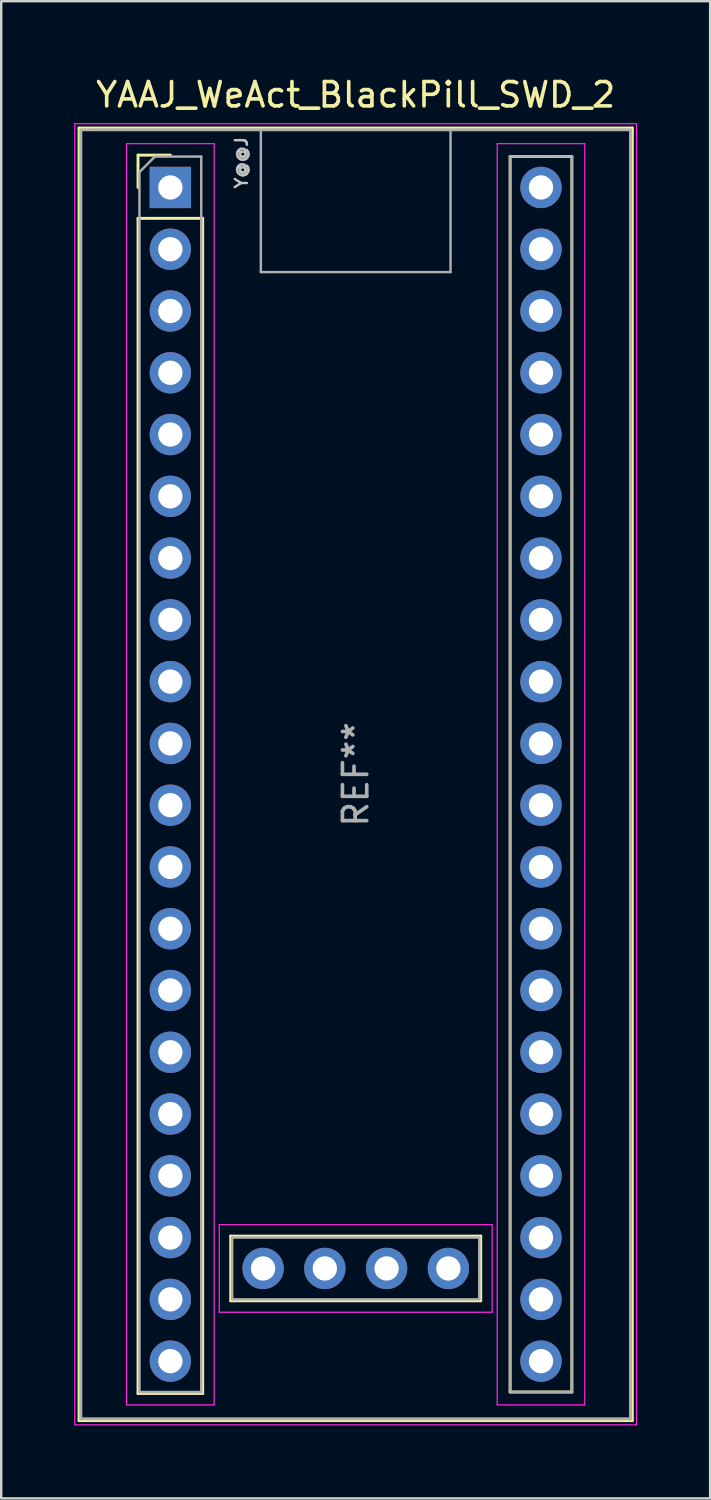
<source format=kicad_pcb>
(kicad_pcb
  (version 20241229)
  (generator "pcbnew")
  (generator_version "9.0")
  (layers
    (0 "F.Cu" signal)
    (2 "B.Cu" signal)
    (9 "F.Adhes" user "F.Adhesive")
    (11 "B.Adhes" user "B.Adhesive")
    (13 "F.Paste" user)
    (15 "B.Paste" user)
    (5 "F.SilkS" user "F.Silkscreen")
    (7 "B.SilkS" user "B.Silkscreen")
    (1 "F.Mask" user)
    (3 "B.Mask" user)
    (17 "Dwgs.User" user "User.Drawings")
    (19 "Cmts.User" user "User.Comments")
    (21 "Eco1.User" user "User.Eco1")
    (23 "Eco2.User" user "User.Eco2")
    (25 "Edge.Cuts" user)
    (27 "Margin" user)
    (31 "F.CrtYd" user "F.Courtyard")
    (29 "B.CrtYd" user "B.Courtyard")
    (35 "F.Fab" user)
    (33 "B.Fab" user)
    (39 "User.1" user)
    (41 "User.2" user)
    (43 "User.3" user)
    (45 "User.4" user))
  (footprint "YAAJ_WeAct_BlackPill_SWD_2"
    (layer "F.Cu")
    (at 3.955 4.658)
    (property "Reference" "YAAJ_WeAct_BlackPill_SWD_2" (at 7.62 -3.81 0) (layer "F.SilkS") (effects (font (size 1 1) (thickness 0.15))))
    (attr through_hole)
    (fp_line (start -3.755 -2.445) (end 18.995 -2.445) (stroke (width 0.12) (type solid)) (layer "F.SilkS"))
    (fp_line (start -3.755 50.705) (end -3.755 -2.445) (stroke (width 0.12) (type solid)) (layer "F.SilkS"))
    (fp_line (start -1.33 -1.33) (end 0 -1.33) (stroke (width 0.12) (type solid)) (layer "F.SilkS"))
    (fp_line (start -1.33 0) (end -1.33 -1.33) (stroke (width 0.12) (type solid)) (layer "F.SilkS"))
    (fp_line (start -1.33 1.27) (end 1.33 1.27) (stroke (width 0.12) (type solid)) (layer "F.SilkS"))
    (fp_line (start -1.33 49.59) (end -1.33 1.27) (stroke (width 0.12) (type solid)) (layer "F.SilkS"))
    (fp_line (start 1.33 1.27) (end 1.33 49.59) (stroke (width 0.12) (type solid)) (layer "F.SilkS"))
    (fp_line (start 1.33 49.59) (end -1.33 49.59) (stroke (width 0.12) (type solid)) (layer "F.SilkS"))
    (fp_line (start 2.482 43.119) (end 2.482 45.779) (stroke (width 0.12) (type solid)) (layer "F.SilkS"))
    (fp_line (start 2.482 45.779) (end 12.762 45.779) (stroke (width 0.12) (type solid)) (layer "F.SilkS"))
    (fp_line (start 12.762 43.119) (end 2.482 43.119) (stroke (width 0.12) (type solid)) (layer "F.SilkS"))
    (fp_line (start 12.762 45.779) (end 12.762 43.119) (stroke (width 0.12) (type solid)) (layer "F.SilkS"))
    (fp_line (start 13.97 -1.27) (end 16.51 -1.27) (stroke (width 0.12) (type solid)) (layer "F.SilkS"))
    (fp_line (start 13.97 49.53) (end 13.97 -1.27) (stroke (width 0.12) (type solid)) (layer "F.SilkS"))
    (fp_line (start 16.51 -1.27) (end 16.51 49.53) (stroke (width 0.12) (type solid)) (layer "F.SilkS"))
    (fp_line (start 16.51 49.53) (end 13.97 49.53) (stroke (width 0.12) (type solid)) (layer "F.SilkS"))
    (fp_line (start 18.995 -2.445) (end 18.995 50.705) (stroke (width 0.12) (type solid)) (layer "F.SilkS"))
    (fp_line (start 18.995 50.705) (end -3.755 50.705) (stroke (width 0.12) (type solid)) (layer "F.SilkS"))
    (fp_line (start -3.93 -2.62) (end 19.17 -2.62) (stroke (width 0.05) (type solid)) (layer "F.CrtYd"))
    (fp_line (start -3.93 50.88) (end -3.93 -2.62) (stroke (width 0.05) (type solid)) (layer "F.CrtYd"))
    (fp_line (start -1.8 -1.8) (end -1.8 50.06) (stroke (width 0.05) (type solid)) (layer "F.CrtYd"))
    (fp_line (start -1.8 50.06) (end 1.8 50.06) (stroke (width 0.05) (type solid)) (layer "F.CrtYd"))
    (fp_line (start 1.8 -1.8) (end -1.8 -1.8) (stroke (width 0.05) (type solid)) (layer "F.CrtYd"))
    (fp_line (start 1.8 -1.8) (end 1.8 45.72) (stroke (width 0.05) (type solid)) (layer "F.CrtYd"))
    (fp_line (start 1.8 45.72) (end 1.8 50.06) (stroke (width 0.05) (type solid)) (layer "F.CrtYd"))
    (fp_line (start 2.012 46.249) (end 2.012 42.649) (stroke (width 0.05) (type solid)) (layer "F.CrtYd"))
    (fp_line (start 13.232 42.649) (end 2.012 42.649) (stroke (width 0.05) (type solid)) (layer "F.CrtYd"))
    (fp_line (start 13.232 42.649) (end 13.232 46.249) (stroke (width 0.05) (type solid)) (layer "F.CrtYd"))
    (fp_line (start 13.232 46.249) (end 2.012 46.249) (stroke (width 0.05) (type solid)) (layer "F.CrtYd"))
    (fp_line (start 13.44 -1.8) (end 13.44 45.72) (stroke (width 0.05) (type solid)) (layer "F.CrtYd"))
    (fp_line (start 13.44 -1.8) (end 17.04 -1.8) (stroke (width 0.05) (type solid)) (layer "F.CrtYd"))
    (fp_line (start 13.44 45.72) (end 13.44 50.06) (stroke (width 0.05) (type solid)) (layer "F.CrtYd"))
    (fp_line (start 17.04 -1.8) (end 17.04 50.06) (stroke (width 0.05) (type solid)) (layer "F.CrtYd"))
    (fp_line (start 17.04 50.06) (end 13.44 50.06) (stroke (width 0.05) (type solid)) (layer "F.CrtYd"))
    (fp_line (start 19.17 -2.62) (end 19.17 50.88) (stroke (width 0.05) (type solid)) (layer "F.CrtYd"))
    (fp_line (start 19.17 50.88) (end -3.93 50.88) (stroke (width 0.05) (type solid)) (layer "F.CrtYd"))
    (fp_line (start -3.68 -2.37) (end 18.92 -2.37) (stroke (width 0.12) (type solid)) (layer "F.Fab"))
    (fp_line (start -3.68 50.63) (end -3.68 -2.32) (stroke (width 0.12) (type solid)) (layer "F.Fab"))
    (fp_line (start -3.68 50.63) (end 18.92 50.63) (stroke (width 0.12) (type solid)) (layer "F.Fab"))
    (fp_line (start -1.27 -0.635) (end -0.635 -1.27) (stroke (width 0.1) (type solid)) (layer "F.Fab"))
    (fp_line (start -1.27 49.53) (end -1.27 -0.635) (stroke (width 0.1) (type solid)) (layer "F.Fab"))
    (fp_line (start -0.635 -1.27) (end 1.27 -1.27) (stroke (width 0.1) (type solid)) (layer "F.Fab"))
    (fp_line (start 1.27 -1.27) (end 1.27 49.53) (stroke (width 0.1) (type solid)) (layer "F.Fab"))
    (fp_line (start 1.27 49.53) (end -1.27 49.53) (stroke (width 0.1) (type solid)) (layer "F.Fab"))
    (fp_line (start 2.542 43.179) (end 12.702 43.179) (stroke (width 0.1) (type solid)) (layer "F.Fab"))
    (fp_line (start 2.542 45.719) (end 2.542 43.179) (stroke (width 0.1) (type solid)) (layer "F.Fab"))
    (fp_line (start 3.72 3.48) (end 3.72 -2.32) (stroke (width 0.1) (type solid)) (layer "F.Fab"))
    (fp_line (start 3.72 3.48) (end 11.52 3.48) (stroke (width 0.1) (type solid)) (layer "F.Fab"))
    (fp_line (start 11.52 3.48) (end 11.52 -2.32) (stroke (width 0.1) (type solid)) (layer "F.Fab"))
    (fp_line (start 12.702 43.179) (end 12.702 45.719) (stroke (width 0.1) (type solid)) (layer "F.Fab"))
    (fp_line (start 12.702 45.719) (end 2.542 45.719) (stroke (width 0.1) (type solid)) (layer "F.Fab"))
    (fp_line (start 13.97 -1.27) (end 16.51 -1.27) (stroke (width 0.1) (type solid)) (layer "F.Fab"))
    (fp_line (start 13.97 49.53) (end 13.97 -1.27) (stroke (width 0.1) (type solid)) (layer "F.Fab"))
    (fp_line (start 16.51 -1.27) (end 16.51 49.53) (stroke (width 0.1) (type solid)) (layer "F.Fab"))
    (fp_line (start 16.51 49.53) (end 13.97 49.53) (stroke (width 0.1) (type solid)) (layer "F.Fab"))
    (fp_line (start 18.92 -2.37) (end 18.92 50.63) (stroke (width 0.12) (type solid)) (layer "F.Fab"))
    (fp_text user "Y@@J" (at 2.921 -1.016 90) (unlocked yes) (layer "Dwgs.User") (effects (font (size 0.5 0.5) (thickness 0.1))))
    (fp_text user "REF**" (at 7.62 24.13 90) (layer "F.Fab") (effects (font (size 1 1) (thickness 0.15))))
    (pad "1" thru_hole rect (at 0 0) (size 1.7 1.7) (drill 1) (layers "*.Cu" "*.Mask"))
    (pad "2" thru_hole circle (at 0 2.54) (size 1.7 1.7) (drill 1) (layers "*.Cu" "*.Mask"))
    (pad "3" thru_hole circle (at 0 5.08) (size 1.7 1.7) (drill 1) (layers "*.Cu" "*.Mask"))
    (pad "4" thru_hole circle (at 0 7.62) (size 1.7 1.7) (drill 1) (layers "*.Cu" "*.Mask"))
    (pad "5" thru_hole circle (at 0 10.16) (size 1.7 1.7) (drill 1) (layers "*.Cu" "*.Mask"))
    (pad "6" thru_hole circle (at 0 12.7) (size 1.7 1.7) (drill 1) (layers "*.Cu" "*.Mask"))
    (pad "7" thru_hole circle (at 0 15.24) (size 1.7 1.7) (drill 1) (layers "*.Cu" "*.Mask"))
    (pad "8" thru_hole circle (at 0 17.78) (size 1.7 1.7) (drill 1) (layers "*.Cu" "*.Mask"))
    (pad "9" thru_hole circle (at 0 20.32) (size 1.7 1.7) (drill 1) (layers "*.Cu" "*.Mask"))
    (pad "10" thru_hole circle (at 0 22.86) (size 1.7 1.7) (drill 1) (layers "*.Cu" "*.Mask"))
    (pad "11" thru_hole circle (at 0 25.4) (size 1.7 1.7) (drill 1) (layers "*.Cu" "*.Mask"))
    (pad "12" thru_hole circle (at 0 27.94) (size 1.7 1.7) (drill 1) (layers "*.Cu" "*.Mask"))
    (pad "13" thru_hole circle (at 0 30.48) (size 1.7 1.7) (drill 1) (layers "*.Cu" "*.Mask"))
    (pad "14" thru_hole circle (at 0 33.02) (size 1.7 1.7) (drill 1) (layers "*.Cu" "*.Mask"))
    (pad "15" thru_hole circle (at 0 35.56) (size 1.7 1.7) (drill 1) (layers "*.Cu" "*.Mask"))
    (pad "16" thru_hole circle (at 0 38.1) (size 1.7 1.7) (drill 1) (layers "*.Cu" "*.Mask"))
    (pad "17" thru_hole circle (at 0 40.64) (size 1.7 1.7) (drill 1) (layers "*.Cu" "*.Mask"))
    (pad "18" thru_hole circle (at 0 43.18) (size 1.7 1.7) (drill 1) (layers "*.Cu" "*.Mask"))
    (pad "19" thru_hole circle (at 0 45.72) (size 1.7 1.7) (drill 1) (layers "*.Cu" "*.Mask"))
    (pad "20" thru_hole circle (at 0 48.26) (size 1.7 1.7) (drill 1) (layers "*.Cu" "*.Mask"))
    (pad "21" thru_hole circle (at 15.24 48.26) (size 1.7 1.7) (drill 1) (layers "*.Cu" "*.Mask"))
    (pad "22" thru_hole circle (at 15.24 45.72) (size 1.7 1.7) (drill 1) (layers "*.Cu" "*.Mask"))
    (pad "23" thru_hole circle (at 15.24 43.18) (size 1.7 1.7) (drill 1) (layers "*.Cu" "*.Mask"))
    (pad "24" thru_hole circle (at 15.24 40.64) (size 1.7 1.7) (drill 1) (layers "*.Cu" "*.Mask"))
    (pad "25" thru_hole circle (at 15.24 38.1) (size 1.7 1.7) (drill 1) (layers "*.Cu" "*.Mask"))
    (pad "26" thru_hole circle (at 15.24 35.56) (size 1.7 1.7) (drill 1) (layers "*.Cu" "*.Mask"))
    (pad "27" thru_hole circle (at 15.24 33.02) (size 1.7 1.7) (drill 1) (layers "*.Cu" "*.Mask"))
    (pad "28" thru_hole circle (at 15.24 30.48) (size 1.7 1.7) (drill 1) (layers "*.Cu" "*.Mask"))
    (pad "29" thru_hole circle (at 15.24 27.94) (size 1.7 1.7) (drill 1) (layers "*.Cu" "*.Mask"))
    (pad "30" thru_hole circle (at 15.24 25.4) (size 1.7 1.7) (drill 1) (layers "*.Cu" "*.Mask"))
    (pad "31" thru_hole circle (at 15.24 22.86) (size 1.7 1.7) (drill 1) (layers "*.Cu" "*.Mask"))
    (pad "32" thru_hole circle (at 15.24 20.32) (size 1.7 1.7) (drill 1) (layers "*.Cu" "*.Mask"))
    (pad "33" thru_hole circle (at 15.24 17.78) (size 1.7 1.7) (drill 1) (layers "*.Cu" "*.Mask"))
    (pad "34" thru_hole circle (at 15.24 15.24) (size 1.7 1.7) (drill 1) (layers "*.Cu" "*.Mask"))
    (pad "35" thru_hole circle (at 15.24 12.7) (size 1.7 1.7) (drill 1) (layers "*.Cu" "*.Mask"))
    (pad "36" thru_hole circle (at 15.24 10.16) (size 1.7 1.7) (drill 1) (layers "*.Cu" "*.Mask"))
    (pad "37" thru_hole circle (at 15.24 7.62) (size 1.7 1.7) (drill 1) (layers "*.Cu" "*.Mask"))
    (pad "38" thru_hole circle (at 15.24 5.08) (size 1.7 1.7) (drill 1) (layers "*.Cu" "*.Mask"))
    (pad "39" thru_hole circle (at 15.24 2.54) (size 1.7 1.7) (drill 1) (layers "*.Cu" "*.Mask"))
    (pad "40" thru_hole circle (at 15.24 0) (size 1.7 1.7) (drill 1) (layers "*.Cu" "*.Mask"))
    (pad "41" thru_hole circle (at 11.432 44.449) (size 1.7 1.7) (drill 1) (layers "*.Cu" "*.Mask"))
    (pad "42" thru_hole circle (at 8.892 44.449) (size 1.7 1.7) (drill 1) (layers "*.Cu" "*.Mask"))
    (pad "43" thru_hole circle (at 6.352 44.449) (size 1.7 1.7) (drill 1) (layers "*.Cu" "*.Mask"))
    (pad "44" thru_hole circle (at 3.812 44.449) (size 1.7 1.7) (drill 1) (layers "*.Cu" "*.Mask")))
  (gr_rect
    (start -3 -3)
    (end 26.15 58.563)
    (stroke (width 0.1) (type default))
    (fill no)
    (layer "Edge.Cuts")))
</source>
